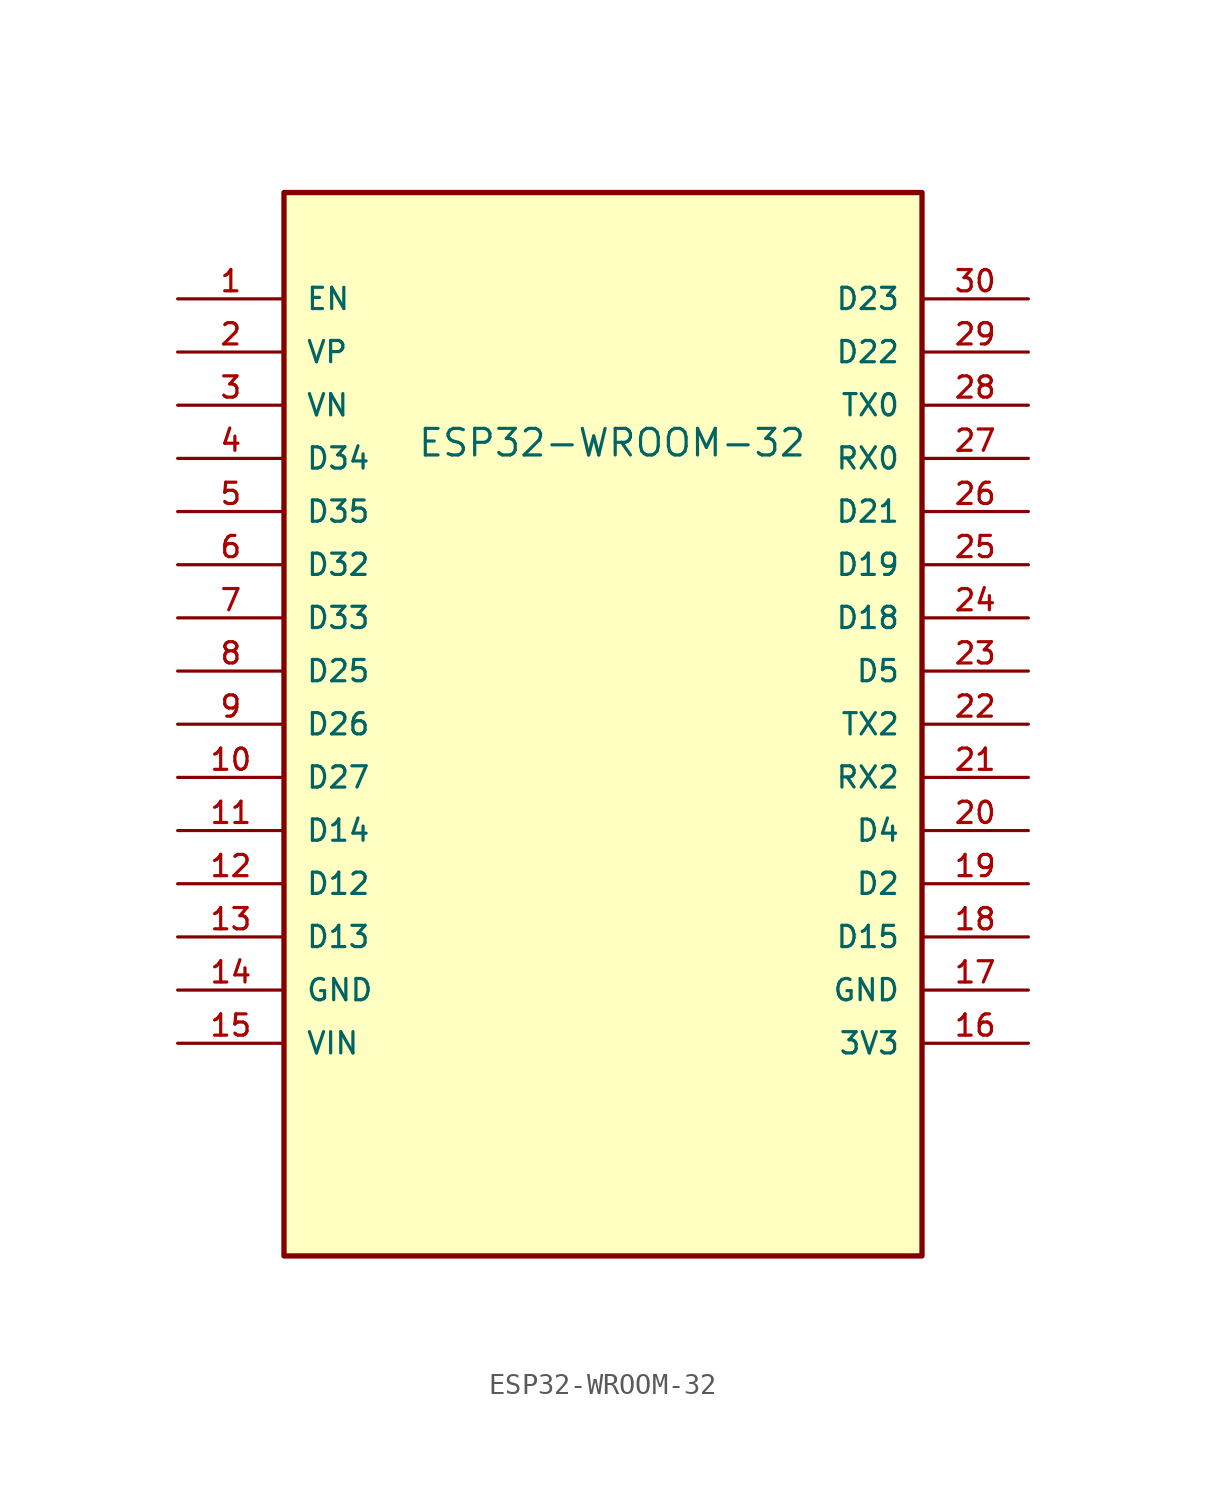
<source format=kicad_sym>
(kicad_symbol_lib
  (version 20211014)
  (generator kicad_symbol_editor)
  (symbol "ESP32-WROOM-32"
    (pin_names
      (offset 1.016))
    (property "Reference" "S"
      (at -15.257 26.064 0)
      (effects (font (size 1.27 1.27)) (justify left bottom) hide))
    (property "Value" "ESP32-WROOM-32"
      (at -8.89 12.7 0)
      (effects (font (size 1.27 1.27)) (justify left bottom)))
    (symbol "ESP32-WROOM-32_0_0"
      (rectangle (start -15.24 -25.4) (end 15.24 25.4) (stroke (width 0.254) (type default) (color 0 0 0 0)) (fill (type background)))
      (pin input line (at -20.32 20.32 0) (length 5.08) (name "EN" (effects (font (size 1.016 1.016)))) (number "1" (effects (font (size 1.016 1.016)))))
      (pin bidirectional line (at -20.32 -2.54 0) (length 5.08) (name "D27" (effects (font (size 1.016 1.016)))) (number "10" (effects (font (size 1.016 1.016)))))
      (pin bidirectional line (at -20.32 -5.08 0) (length 5.08) (name "D14" (effects (font (size 1.016 1.016)))) (number "11" (effects (font (size 1.016 1.016)))))
      (pin bidirectional line (at -20.32 -7.62 0) (length 5.08) (name "D12" (effects (font (size 1.016 1.016)))) (number "12" (effects (font (size 1.016 1.016)))))
      (pin bidirectional line (at -20.32 -10.16 0) (length 5.08) (name "D13" (effects (font (size 1.016 1.016)))) (number "13" (effects (font (size 1.016 1.016)))))
      (pin power_in line (at -20.32 -12.7 0) (length 5.08) (name "GND" (effects (font (size 1.016 1.016)))) (number "14" (effects (font (size 1.016 1.016)))))
      (pin power_in line (at -20.32 -15.24 0) (length 5.08) (name "VIN" (effects (font (size 1.016 1.016)))) (number "15" (effects (font (size 1.016 1.016)))))
      (pin power_in line (at 20.32 -15.24 180) (length 5.08) (name "3V3" (effects (font (size 1.016 1.016)))) (number "16" (effects (font (size 1.016 1.016)))))
      (pin power_in line (at 20.32 -12.7 180) (length 5.08) (name "GND" (effects (font (size 1.016 1.016)))) (number "17" (effects (font (size 1.016 1.016)))))
      (pin bidirectional line (at 20.32 -10.16 180) (length 5.08) (name "D15" (effects (font (size 1.016 1.016)))) (number "18" (effects (font (size 1.016 1.016)))))
      (pin bidirectional line (at 20.32 -7.62 180) (length 5.08) (name "D2" (effects (font (size 1.016 1.016)))) (number "19" (effects (font (size 1.016 1.016)))))
      (pin input line (at -20.32 17.78 0) (length 5.08) (name "VP" (effects (font (size 1.016 1.016)))) (number "2" (effects (font (size 1.016 1.016)))))
      (pin bidirectional line (at 20.32 -5.08 180) (length 5.08) (name "D4" (effects (font (size 1.016 1.016)))) (number "20" (effects (font (size 1.016 1.016)))))
      (pin input line (at 20.32 -2.54 180) (length 5.08) (name "RX2" (effects (font (size 1.016 1.016)))) (number "21" (effects (font (size 1.016 1.016)))))
      (pin output line (at 20.32 0 180) (length 5.08) (name "TX2" (effects (font (size 1.016 1.016)))) (number "22" (effects (font (size 1.016 1.016)))))
      (pin bidirectional line (at 20.32 2.54 180) (length 5.08) (name "D5" (effects (font (size 1.016 1.016)))) (number "23" (effects (font (size 1.016 1.016)))))
      (pin bidirectional line (at 20.32 5.08 180) (length 5.08) (name "D18" (effects (font (size 1.016 1.016)))) (number "24" (effects (font (size 1.016 1.016)))))
      (pin bidirectional line (at 20.32 7.62 180) (length 5.08) (name "D19" (effects (font (size 1.016 1.016)))) (number "25" (effects (font (size 1.016 1.016)))))
      (pin bidirectional line (at 20.32 10.16 180) (length 5.08) (name "D21" (effects (font (size 1.016 1.016)))) (number "26" (effects (font (size 1.016 1.016)))))
      (pin input line (at 20.32 12.7 180) (length 5.08) (name "RX0" (effects (font (size 1.016 1.016)))) (number "27" (effects (font (size 1.016 1.016)))))
      (pin output line (at 20.32 15.24 180) (length 5.08) (name "TX0" (effects (font (size 1.016 1.016)))) (number "28" (effects (font (size 1.016 1.016)))))
      (pin bidirectional line (at 20.32 17.78 180) (length 5.08) (name "D22" (effects (font (size 1.016 1.016)))) (number "29" (effects (font (size 1.016 1.016)))))
      (pin input line (at -20.32 15.24 0) (length 5.08) (name "VN" (effects (font (size 1.016 1.016)))) (number "3" (effects (font (size 1.016 1.016)))))
      (pin bidirectional line (at 20.32 20.32 180) (length 5.08) (name "D23" (effects (font (size 1.016 1.016)))) (number "30" (effects (font (size 1.016 1.016)))))
      (pin bidirectional line (at -20.32 12.7 0) (length 5.08) (name "D34" (effects (font (size 1.016 1.016)))) (number "4" (effects (font (size 1.016 1.016)))))
      (pin bidirectional line (at -20.32 10.16 0) (length 5.08) (name "D35" (effects (font (size 1.016 1.016)))) (number "5" (effects (font (size 1.016 1.016)))))
      (pin bidirectional line (at -20.32 7.62 0) (length 5.08) (name "D32" (effects (font (size 1.016 1.016)))) (number "6" (effects (font (size 1.016 1.016)))))
      (pin bidirectional line (at -20.32 5.08 0) (length 5.08) (name "D33" (effects (font (size 1.016 1.016)))) (number "7" (effects (font (size 1.016 1.016)))))
      (pin bidirectional line (at -20.32 2.54 0) (length 5.08) (name "D25" (effects (font (size 1.016 1.016)))) (number "8" (effects (font (size 1.016 1.016)))))
      (pin bidirectional line (at -20.32 0 0) (length 5.08) (name "D26" (effects (font (size 1.016 1.016)))) (number "9" (effects (font (size 1.016 1.016))))))))
</source>
